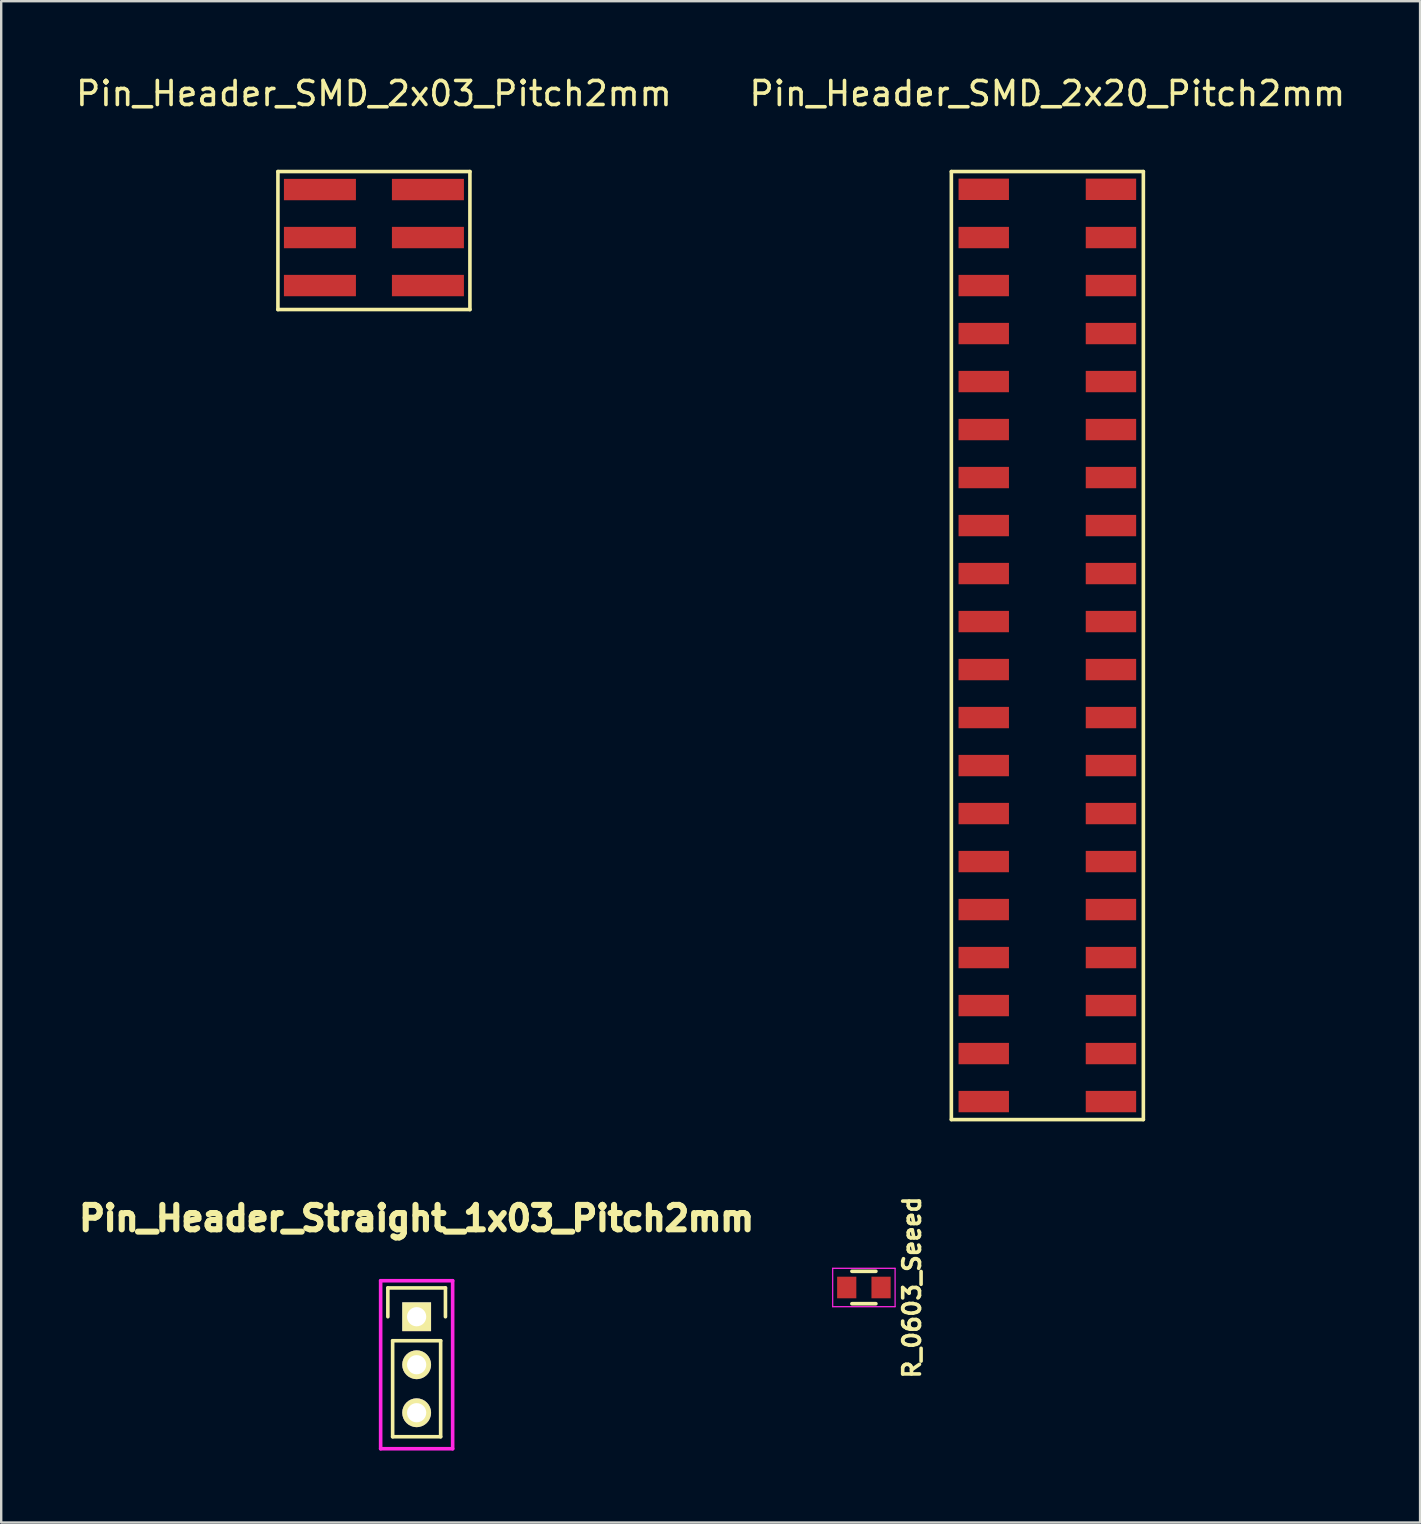
<source format=kicad_pcb>
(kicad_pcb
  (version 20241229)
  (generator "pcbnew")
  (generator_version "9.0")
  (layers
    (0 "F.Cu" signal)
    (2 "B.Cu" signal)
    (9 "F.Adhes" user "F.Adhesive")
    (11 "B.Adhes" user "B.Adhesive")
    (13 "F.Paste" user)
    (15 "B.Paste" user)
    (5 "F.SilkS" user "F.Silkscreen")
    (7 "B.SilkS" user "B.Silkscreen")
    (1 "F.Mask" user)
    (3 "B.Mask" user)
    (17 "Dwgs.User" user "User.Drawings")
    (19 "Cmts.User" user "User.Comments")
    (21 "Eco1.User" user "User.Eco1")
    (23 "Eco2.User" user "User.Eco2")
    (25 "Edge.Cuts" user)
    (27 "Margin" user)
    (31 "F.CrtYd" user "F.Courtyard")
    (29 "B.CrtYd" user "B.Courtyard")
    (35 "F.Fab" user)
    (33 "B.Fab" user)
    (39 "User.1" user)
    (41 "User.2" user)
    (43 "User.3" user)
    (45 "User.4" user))
  (footprint "Pin_Header_Straight_1x03_Pitch2mm"
    (layer "F.Cu")
    (at 14.31 51.813)
    (property "Reference" "Pin_Header_Straight_1x03_Pitch2mm" (at 0 -4.1 0) (layer "F.SilkS") (effects (font (size 1.016 1.016) (thickness 0.254))))
    (attr through_hole)
    (fp_line (start -1.2 -1.2) (end -1.2 0) (stroke (width 0.15) (type solid)) (layer "F.SilkS"))
    (fp_line (start -1 1) (end -1 5) (stroke (width 0.15) (type solid)) (layer "F.SilkS"))
    (fp_line (start -1 5) (end 1 5) (stroke (width 0.15) (type solid)) (layer "F.SilkS"))
    (fp_line (start 1 1) (end -1 1) (stroke (width 0.15) (type solid)) (layer "F.SilkS"))
    (fp_line (start 1 5) (end 1 1) (stroke (width 0.15) (type solid)) (layer "F.SilkS"))
    (fp_line (start 1.2 -1.2) (end -1.2 -1.2) (stroke (width 0.15) (type solid)) (layer "F.SilkS"))
    (fp_line (start 1.2 -1.2) (end 1.2 0) (stroke (width 0.15) (type solid)) (layer "F.SilkS"))
    (fp_line (start -1.5 -1.5) (end 1.5 -1.5) (stroke (width 0.15) (type solid)) (layer "F.CrtYd"))
    (fp_line (start -1.5 5.5) (end -1.5 -1.5) (stroke (width 0.15) (type solid)) (layer "F.CrtYd"))
    (fp_line (start 1.5 -1.5) (end 1.5 5.5) (stroke (width 0.15) (type solid)) (layer "F.CrtYd"))
    (fp_line (start 1.5 5.5) (end -1.5 5.5) (stroke (width 0.15) (type solid)) (layer "F.CrtYd"))
    (pad "1" thru_hole rect (at 0 0) (size 1.2 1.2) (drill 0.8) (layers "*.Cu" "*.Mask" "F.SilkS"))
    (pad "2" thru_hole circle (at 0 2 270) (size 1.2 1.2) (drill 0.8) (layers "*.Cu" "*.Mask" "F.SilkS"))
    (pad "3" thru_hole circle (at 0 4 270) (size 1.2 1.2) (drill 0.8) (layers "*.Cu" "*.Mask" "F.SilkS")))
  (footprint "Pin_Header_SMD_2x20_Pitch2mm"
    (layer "F.Cu")
    (at 39.589 4.848)
    (property "Reference" "Pin_Header_SMD_2x20_Pitch2mm" (at 1 -4 180) (layer "F.SilkS") (effects (font (size 1 1) (thickness 0.15))))
    (attr through_hole)
    (fp_line (start -3 -0.75) (end -3 38.75) (stroke (width 0.15) (type solid)) (layer "F.SilkS"))
    (fp_line (start 5 -0.75) (end -3 -0.75) (stroke (width 0.15) (type solid)) (layer "F.SilkS"))
    (fp_line (start 5 38.75) (end -3 38.75) (stroke (width 0.15) (type solid)) (layer "F.SilkS"))
    (fp_line (start 5 38.75) (end 5 -0.75) (stroke (width 0.15) (type solid)) (layer "F.SilkS"))
    (pad "1" smd rect (at -1.65 -0.01 270) (size 0.89 2.1) (layers "F.Cu" "F.Mask" "F.Paste"))
    (pad "2" smd rect (at 3.65 -0.01 270) (size 0.89 2.1) (layers "F.Cu" "F.Mask" "F.Paste"))
    (pad "3" smd rect (at -1.65 2 270) (size 0.89 2.1) (layers "F.Cu" "F.Mask" "F.Paste"))
    (pad "4" smd rect (at 3.65 2 270) (size 0.89 2.1) (layers "F.Cu" "F.Mask" "F.Paste"))
    (pad "5" smd rect (at -1.65 4 270) (size 0.89 2.1) (layers "F.Cu" "F.Mask" "F.Paste"))
    (pad "6" smd rect (at 3.65 4 270) (size 0.89 2.1) (layers "F.Cu" "F.Mask" "F.Paste"))
    (pad "7" smd rect (at -1.65 6 270) (size 0.89 2.1) (layers "F.Cu" "F.Mask" "F.Paste"))
    (pad "8" smd rect (at 3.65 6 270) (size 0.89 2.1) (layers "F.Cu" "F.Mask" "F.Paste"))
    (pad "9" smd rect (at -1.65 8 270) (size 0.89 2.1) (layers "F.Cu" "F.Mask" "F.Paste"))
    (pad "10" smd rect (at 3.65 8 270) (size 0.89 2.1) (layers "F.Cu" "F.Mask" "F.Paste"))
    (pad "11" smd rect (at -1.65 10 270) (size 0.89 2.1) (layers "F.Cu" "F.Mask" "F.Paste"))
    (pad "12" smd rect (at 3.65 10 270) (size 0.89 2.1) (layers "F.Cu" "F.Mask" "F.Paste"))
    (pad "13" smd rect (at -1.65 12 270) (size 0.89 2.1) (layers "F.Cu" "F.Mask" "F.Paste"))
    (pad "14" smd rect (at 3.65 12 270) (size 0.89 2.1) (layers "F.Cu" "F.Mask" "F.Paste"))
    (pad "15" smd rect (at -1.65 14 270) (size 0.89 2.1) (layers "F.Cu" "F.Mask" "F.Paste"))
    (pad "16" smd rect (at 3.65 14 270) (size 0.89 2.1) (layers "F.Cu" "F.Mask" "F.Paste"))
    (pad "17" smd rect (at -1.65 16 270) (size 0.89 2.1) (layers "F.Cu" "F.Mask" "F.Paste"))
    (pad "18" smd rect (at 3.65 16 270) (size 0.89 2.1) (layers "F.Cu" "F.Mask" "F.Paste"))
    (pad "19" smd rect (at -1.65 18 270) (size 0.89 2.1) (layers "F.Cu" "F.Mask" "F.Paste"))
    (pad "20" smd rect (at 3.65 18 270) (size 0.89 2.1) (layers "F.Cu" "F.Mask" "F.Paste"))
    (pad "21" smd rect (at -1.65 20 270) (size 0.89 2.1) (layers "F.Cu" "F.Mask" "F.Paste"))
    (pad "22" smd rect (at 3.65 20 270) (size 0.89 2.1) (layers "F.Cu" "F.Mask" "F.Paste"))
    (pad "23" smd rect (at -1.65 22 270) (size 0.89 2.1) (layers "F.Cu" "F.Mask" "F.Paste"))
    (pad "24" smd rect (at 3.65 22 270) (size 0.89 2.1) (layers "F.Cu" "F.Mask" "F.Paste"))
    (pad "25" smd rect (at -1.65 24 270) (size 0.89 2.1) (layers "F.Cu" "F.Mask" "F.Paste"))
    (pad "26" smd rect (at 3.65 24 270) (size 0.89 2.1) (layers "F.Cu" "F.Mask" "F.Paste"))
    (pad "27" smd rect (at -1.65 26 270) (size 0.89 2.1) (layers "F.Cu" "F.Mask" "F.Paste"))
    (pad "28" smd rect (at 3.65 26 270) (size 0.89 2.1) (layers "F.Cu" "F.Mask" "F.Paste"))
    (pad "29" smd rect (at -1.65 28 270) (size 0.89 2.1) (layers "F.Cu" "F.Mask" "F.Paste"))
    (pad "30" smd rect (at 3.65 28 270) (size 0.89 2.1) (layers "F.Cu" "F.Mask" "F.Paste"))
    (pad "31" smd rect (at -1.65 30 270) (size 0.89 2.1) (layers "F.Cu" "F.Mask" "F.Paste"))
    (pad "32" smd rect (at 3.65 30 270) (size 0.89 2.1) (layers "F.Cu" "F.Mask" "F.Paste"))
    (pad "33" smd rect (at -1.65 32 270) (size 0.89 2.1) (layers "F.Cu" "F.Mask" "F.Paste"))
    (pad "34" smd rect (at 3.65 32 270) (size 0.89 2.1) (layers "F.Cu" "F.Mask" "F.Paste"))
    (pad "35" smd rect (at -1.65 34 270) (size 0.89 2.1) (layers "F.Cu" "F.Mask" "F.Paste"))
    (pad "36" smd rect (at 3.65 34 270) (size 0.89 2.1) (layers "F.Cu" "F.Mask" "F.Paste"))
    (pad "37" smd rect (at -1.65 36 270) (size 0.89 2.1) (layers "F.Cu" "F.Mask" "F.Paste"))
    (pad "38" smd rect (at 3.65 36 270) (size 0.89 2.1) (layers "F.Cu" "F.Mask" "F.Paste"))
    (pad "39" smd rect (at -1.65 38 270) (size 0.89 2.1) (layers "F.Cu" "F.Mask" "F.Paste"))
    (pad "40" smd rect (at 3.65 38 270) (size 0.89 2.1) (layers "F.Cu" "F.Mask" "F.Paste")))
  (footprint "R_0603_Seeed"
    (layer "F.Cu")
    (at 32.945 50.595)
    (property "Reference" "R_0603_Seeed" (at 2 0 90) (layer "F.SilkS") (effects (font (size 0.7 0.7) (thickness 0.15))))
    (attr smd)
    (fp_line (start -0.5 -0.675) (end 0.5 -0.675) (stroke (width 0.15) (type solid)) (layer "F.SilkS"))
    (fp_line (start 0.5 0.675) (end -0.5 0.675) (stroke (width 0.15) (type solid)) (layer "F.SilkS"))
    (fp_line (start -1.3 -0.8) (end -1.3 0.8) (stroke (width 0.05) (type solid)) (layer "F.CrtYd"))
    (fp_line (start -1.3 -0.8) (end 1.3 -0.8) (stroke (width 0.05) (type solid)) (layer "F.CrtYd"))
    (fp_line (start -1.3 0.8) (end 1.3 0.8) (stroke (width 0.05) (type solid)) (layer "F.CrtYd"))
    (fp_line (start 1.3 -0.8) (end 1.3 0.8) (stroke (width 0.05) (type solid)) (layer "F.CrtYd"))
    (pad "1" smd rect (at -0.715 0) (size 0.8 0.9) (layers "F.Cu" "F.Mask" "F.Paste"))
    (pad "2" smd rect (at 0.715 0) (size 0.8 0.9) (layers "F.Cu" "F.Mask" "F.Paste")))
  (footprint "Pin_Header_SMD_2x03_Pitch2mm"
    (layer "F.Cu")
    (at 11.53 4.848)
    (property "Reference" "Pin_Header_SMD_2x03_Pitch2mm" (at 1 -4 180) (layer "F.SilkS") (effects (font (size 1 1) (thickness 0.15))))
    (attr through_hole)
    (fp_line (start -3 -0.75) (end -3 5) (stroke (width 0.15) (type solid)) (layer "F.SilkS"))
    (fp_line (start -3 5) (end 5 5) (stroke (width 0.15) (type solid)) (layer "F.SilkS"))
    (fp_line (start 5 -0.75) (end -3 -0.75) (stroke (width 0.15) (type solid)) (layer "F.SilkS"))
    (fp_line (start 5 5) (end 5 -0.75) (stroke (width 0.15) (type solid)) (layer "F.SilkS"))
    (pad "1" smd rect (at -1.25 0 270) (size 0.89 3) (layers "F.Cu" "F.Mask" "F.Paste"))
    (pad "2" smd rect (at 3.25 0 270) (size 0.89 3) (layers "F.Cu" "F.Mask" "F.Paste"))
    (pad "3" smd rect (at -1.25 2 270) (size 0.89 3) (layers "F.Cu" "F.Mask" "F.Paste"))
    (pad "4" smd rect (at 3.25 2 270) (size 0.89 3) (layers "F.Cu" "F.Mask" "F.Paste"))
    (pad "5" smd rect (at -1.25 4 270) (size 0.89 3) (layers "F.Cu" "F.Mask" "F.Paste"))
    (pad "6" smd rect (at 3.25 4 270) (size 0.89 3) (layers "F.Cu" "F.Mask" "F.Paste")))
  (gr_rect
    (start -3 -3)
    (end 56.119 60.388)
    (stroke (width 0.1) (type default))
    (fill no)
    (layer "Edge.Cuts")))
</source>
